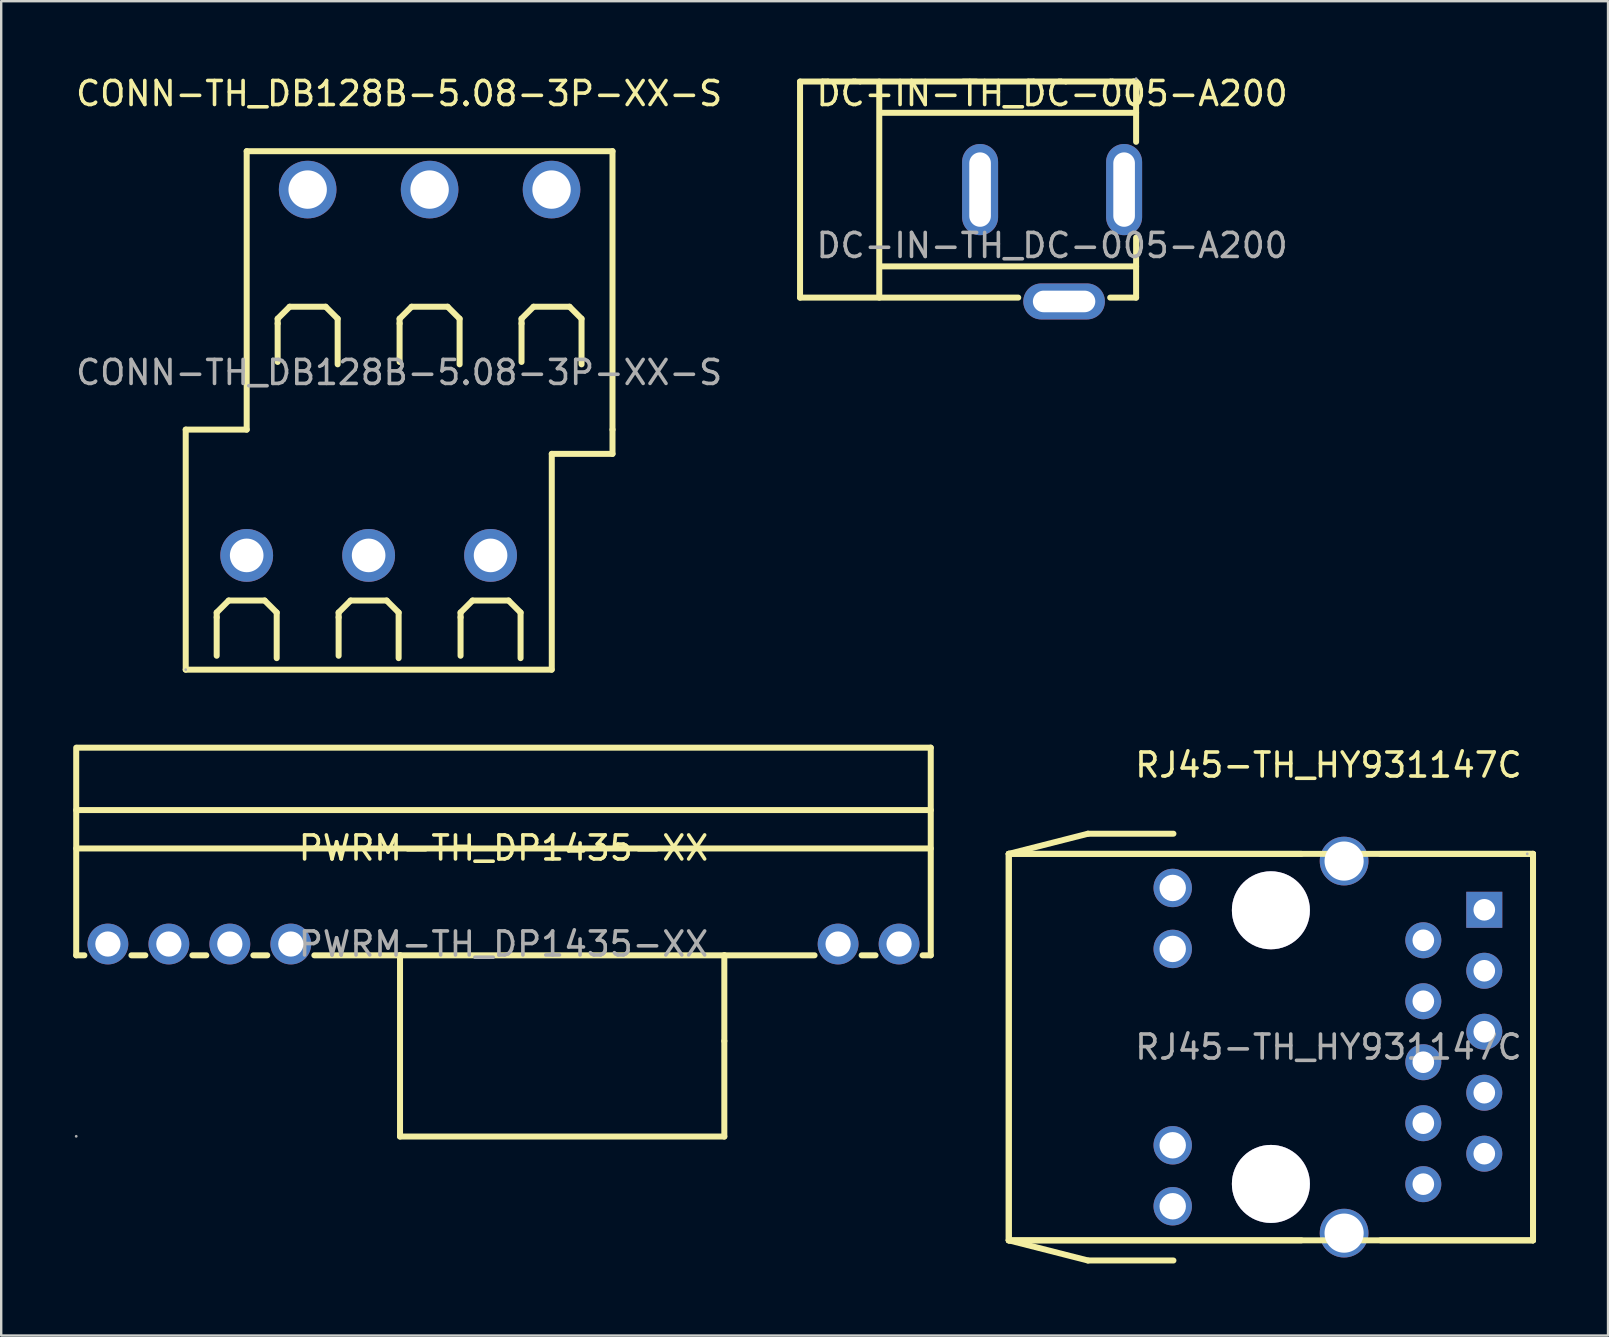
<source format=kicad_pcb>
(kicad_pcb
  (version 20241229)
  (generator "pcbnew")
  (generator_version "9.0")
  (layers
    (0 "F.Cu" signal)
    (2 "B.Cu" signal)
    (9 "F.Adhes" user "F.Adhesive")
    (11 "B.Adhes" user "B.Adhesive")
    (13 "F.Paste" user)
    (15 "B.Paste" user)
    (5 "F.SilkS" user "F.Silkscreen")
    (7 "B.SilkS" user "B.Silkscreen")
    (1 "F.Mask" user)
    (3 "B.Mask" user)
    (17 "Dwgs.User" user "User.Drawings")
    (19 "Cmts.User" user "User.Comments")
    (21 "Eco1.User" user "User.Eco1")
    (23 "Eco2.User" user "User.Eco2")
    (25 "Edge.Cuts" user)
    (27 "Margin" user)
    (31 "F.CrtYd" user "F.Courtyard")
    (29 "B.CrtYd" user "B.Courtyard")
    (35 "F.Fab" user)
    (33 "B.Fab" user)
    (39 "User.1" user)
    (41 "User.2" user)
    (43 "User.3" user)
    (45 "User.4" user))
  (footprint "PWRM-TH_DP1435-XX"
    (layer "F.Cu")
    (at 17.925 36.278)
    (property "Reference" "PWRM-TH_DP1435-XX" (at 0 -4 0) (layer "F.SilkS") (effects (font (size 1 1) (thickness 0.15))))
    (attr through_hole)
    (fp_line (start -17.8 -8.18) (end -17.8 0.47) (stroke (width 0.25) (type solid)) (layer "F.SilkS"))
    (fp_line (start -17.8 -5.58) (end 17.8 -5.58) (stroke (width 0.25) (type solid)) (layer "F.SilkS"))
    (fp_line (start -17.8 -3.98) (end 17.8 -3.98) (stroke (width 0.25) (type solid)) (layer "F.SilkS"))
    (fp_line (start -17.8 0.47) (end -17.46 0.47) (stroke (width 0.25) (type solid)) (layer "F.SilkS"))
    (fp_line (start -15.5 0.47) (end -14.92 0.47) (stroke (width 0.25) (type solid)) (layer "F.SilkS"))
    (fp_line (start -12.96 0.47) (end -12.38 0.47) (stroke (width 0.25) (type solid)) (layer "F.SilkS"))
    (fp_line (start -10.42 0.47) (end -9.84 0.47) (stroke (width 0.25) (type solid)) (layer "F.SilkS"))
    (fp_line (start -7.88 0.47) (end 12.96 0.47) (stroke (width 0.25) (type solid)) (layer "F.SilkS"))
    (fp_line (start -4.31 0.46) (end -4.31 8.02) (stroke (width 0.25) (type solid)) (layer "F.SilkS"))
    (fp_line (start -4.31 8.02) (end 9.2 8.02) (stroke (width 0.25) (type solid)) (layer "F.SilkS"))
    (fp_line (start 9.2 4.04) (end 9.2 0.46) (stroke (width 0.25) (type solid)) (layer "F.SilkS"))
    (fp_line (start 9.2 8.02) (end 9.2 4.04) (stroke (width 0.25) (type solid)) (layer "F.SilkS"))
    (fp_line (start 14.92 0.47) (end 15.5 0.47) (stroke (width 0.25) (type solid)) (layer "F.SilkS"))
    (fp_line (start 17.46 0.47) (end 17.8 0.47) (stroke (width 0.25) (type solid)) (layer "F.SilkS"))
    (fp_line (start 17.8 -8.18) (end -17.75 -8.18) (stroke (width 0.25) (type solid)) (layer "F.SilkS"))
    (fp_line (start 17.8 0.47) (end 17.8 -8.18) (stroke (width 0.25) (type solid)) (layer "F.SilkS"))
    (fp_circle (center -17.8 8.01) (end -17.77 8.01) (stroke (width 0.06) (type solid)) (fill no) (layer "F.Fab"))
    (fp_text user "${REFERENCE}" (at 0 0 0) (layer "F.Fab") (effects (font (size 1 1) (thickness 0.15))))
    (pad "1" thru_hole circle (at -16.48 0) (size 1.7 1.7) (drill 1.05) (layers "*.Cu" "*.Mask"))
    (pad "2" thru_hole circle (at -13.94 0) (size 1.7 1.7) (drill 1.05) (layers "*.Cu" "*.Mask"))
    (pad "3" thru_hole circle (at -11.4 0) (size 1.7 1.7) (drill 1.05) (layers "*.Cu" "*.Mask"))
    (pad "4" thru_hole circle (at -8.86 0) (size 1.7 1.7) (drill 1.05) (layers "*.Cu" "*.Mask"))
    (pad "5" thru_hole circle (at 13.94 0) (size 1.7 1.7) (drill 1.05) (layers "*.Cu" "*.Mask"))
    (pad "6" thru_hole circle (at 16.48 0) (size 1.7 1.7) (drill 1.05) (layers "*.Cu" "*.Mask")))
  (footprint "RJ45-TH_HY931147C"
    (layer "F.Cu")
    (at 52.295 40.572)
    (property "Reference" "RJ45-TH_HY931147C" (at 0 -11.75 0) (layer "F.SilkS") (effects (font (size 1 1) (thickness 0.15))))
    (attr through_hole)
    (fp_line (start -13.32 -8.05) (end -13.32 8.05) (stroke (width 0.25) (type solid)) (layer "F.SilkS"))
    (fp_line (start -13.32 -8.05) (end -10.02 -8.89) (stroke (width 0.25) (type solid)) (layer "F.SilkS"))
    (fp_line (start -13.32 -8.05) (end 8.52 -8.05) (stroke (width 0.25) (type solid)) (layer "F.SilkS"))
    (fp_line (start -13.32 8.05) (end -13.32 -8.05) (stroke (width 0.25) (type solid)) (layer "F.SilkS"))
    (fp_line (start -13.32 8.05) (end -1.13 8.05) (stroke (width 0.25) (type solid)) (layer "F.SilkS"))
    (fp_line (start -10.02 -8.89) (end -6.46 -8.89) (stroke (width 0.25) (type solid)) (layer "F.SilkS"))
    (fp_line (start -10.02 8.89) (end -13.32 8.05) (stroke (width 0.25) (type solid)) (layer "F.SilkS"))
    (fp_line (start -6.46 8.89) (end -10.02 8.89) (stroke (width 0.25) (type solid)) (layer "F.SilkS"))
    (fp_line (start -1.13 -8.05) (end -13.32 -8.05) (stroke (width 0.25) (type solid)) (layer "F.SilkS"))
    (fp_line (start 2.17 -8.05) (end 8.52 -8.05) (stroke (width 0.25) (type solid)) (layer "F.SilkS"))
    (fp_line (start 8.52 -8.05) (end 8.52 8.05) (stroke (width 0.25) (type solid)) (layer "F.SilkS"))
    (fp_line (start 8.52 -8.05) (end 8.52 8.05) (stroke (width 0.25) (type solid)) (layer "F.SilkS"))
    (fp_line (start 8.52 8.05) (end -13.32 8.05) (stroke (width 0.25) (type solid)) (layer "F.SilkS"))
    (fp_line (start 8.52 8.05) (end 2.17 8.05) (stroke (width 0.25) (type solid)) (layer "F.SilkS"))
    (fp_circle (center -2.4 -5.7) (end -1.65 -5.7) (stroke (width 1.5) (type solid)) (fill no) (layer "Cmts.User"))
    (fp_circle (center -2.4 5.7) (end -1.65 5.7) (stroke (width 1.5) (type solid)) (fill no) (layer "Cmts.User"))
    (fp_circle (center 8.28 -8.05) (end 8.31 -8.05) (stroke (width 0.06) (type solid)) (fill no) (layer "F.Fab"))
    (fp_text user "${REFERENCE}" (at 0 0 0) (layer "F.Fab") (effects (font (size 1 1) (thickness 0.15))))
    (pad "" thru_hole circle (at -2.4 -5.7) (size 3.25 3.25) (drill 3.25) (layers "*.Cu" "*.Mask"))
    (pad "" thru_hole circle (at -2.4 5.7) (size 3.25 3.25) (drill 3.25) (layers "*.Cu" "*.Mask"))
    (pad "1" thru_hole rect (at 6.49 -5.72) (size 1.5 1.5) (drill 0.9) (layers "*.Cu" "*.Mask"))
    (pad "2" thru_hole circle (at 3.95 -4.45) (size 1.5 1.5) (drill 0.9) (layers "*.Cu" "*.Mask"))
    (pad "3" thru_hole circle (at 6.49 -3.18) (size 1.5 1.5) (drill 0.9) (layers "*.Cu" "*.Mask"))
    (pad "4" thru_hole circle (at 3.95 -1.91) (size 1.5 1.5) (drill 0.9) (layers "*.Cu" "*.Mask"))
    (pad "5" thru_hole circle (at 6.49 -0.64) (size 1.5 1.5) (drill 0.9) (layers "*.Cu" "*.Mask"))
    (pad "6" thru_hole circle (at 3.95 0.63) (size 1.5 1.5) (drill 0.9) (layers "*.Cu" "*.Mask"))
    (pad "7" thru_hole circle (at 6.49 1.9) (size 1.5 1.5) (drill 0.9) (layers "*.Cu" "*.Mask"))
    (pad "8" thru_hole circle (at 3.95 3.17) (size 1.5 1.5) (drill 0.9) (layers "*.Cu" "*.Mask"))
    (pad "9" thru_hole circle (at 6.49 4.44) (size 1.5 1.5) (drill 0.9) (layers "*.Cu" "*.Mask"))
    (pad "10" thru_hole circle (at 3.95 5.71) (size 1.5 1.5) (drill 0.9) (layers "*.Cu" "*.Mask"))
    (pad "11" thru_hole circle (at -6.49 -6.63) (size 1.6 1.6) (drill 1.1) (layers "*.Cu" "*.Mask"))
    (pad "12" thru_hole circle (at -6.49 -4.09) (size 1.6 1.6) (drill 1.1) (layers "*.Cu" "*.Mask"))
    (pad "13" thru_hole circle (at -6.49 4.09) (size 1.6 1.6) (drill 1.1) (layers "*.Cu" "*.Mask"))
    (pad "14" thru_hole circle (at -6.49 6.63) (size 1.6 1.6) (drill 1.1) (layers "*.Cu" "*.Mask"))
    (pad "GND1" thru_hole circle (at 0.65 -7.75) (size 2.03 2.03) (drill 1.631) (layers "*.Cu" "*.Mask"))
    (pad "GND2" thru_hole circle (at 0.65 7.75) (size 2.03 2.03) (drill 1.631) (layers "*.Cu" "*.Mask")))
  (footprint "DC-IN-TH_DC-005-A200"
    (layer "F.Cu")
    (at 40.78 7.178)
    (property "Reference" "DC-IN-TH_DC-005-A200" (at 0 -6.33 0) (layer "F.SilkS") (effects (font (size 1 1) (thickness 0.15))))
    (attr through_hole)
    (fp_line (start -10.5 -6.83) (end 3.5 -6.83) (stroke (width 0.25) (type solid)) (layer "F.SilkS"))
    (fp_line (start -10.5 2.17) (end -10.5 -6.83) (stroke (width 0.25) (type solid)) (layer "F.SilkS"))
    (fp_line (start -7.2 2.17) (end -7.2 -6.83) (stroke (width 0.25) (type solid)) (layer "F.SilkS"))
    (fp_line (start -7.12 -5.53) (end 3.5 -5.53) (stroke (width 0.25) (type solid)) (layer "F.SilkS"))
    (fp_line (start -7.12 0.87) (end 3.5 0.87) (stroke (width 0.25) (type solid)) (layer "F.SilkS"))
    (fp_line (start -1.41 2.17) (end -10.5 2.17) (stroke (width 0.25) (type solid)) (layer "F.SilkS"))
    (fp_line (start 3.5 -6.83) (end 3.5 -4.32) (stroke (width 0.25) (type solid)) (layer "F.SilkS"))
    (fp_line (start 3.5 -0.33) (end 3.5 2.17) (stroke (width 0.25) (type solid)) (layer "F.SilkS"))
    (fp_line (start 3.5 2.17) (end 2.42 2.17) (stroke (width 0.25) (type solid)) (layer "F.SilkS"))
    (fp_circle (center 3.5 -6.95) (end 3.53 -6.95) (stroke (width 0.06) (type solid)) (fill no) (layer "F.Fab"))
    (fp_text user "${REFERENCE}" (at 0 0 0) (layer "F.Fab") (effects (font (size 1 1) (thickness 0.15))))
    (pad "1" thru_hole oval (at 3 -2.33) (size 1.5 3.8) (drill oval 0.9 3.1) (layers "*.Cu" "*.Mask"))
    (pad "2" thru_hole oval (at -3 -2.33 180) (size 1.5 3.8) (drill oval 0.9 3.1) (layers "*.Cu" "*.Mask"))
    (pad "MP" thru_hole oval (at 0.5 2.33 270) (size 1.5 3.4) (drill oval 0.9 2.6) (layers "*.Cu" "*.Mask")))
  (footprint "CONN-TH_DB128B-5.08-3P-XX-S"
    (layer "F.Cu")
    (at 13.577 12.468)
    (property "Reference" "CONN-TH_DB128B-5.08-3P-XX-S" (at 0 -11.62 0) (layer "F.SilkS") (effects (font (size 1 1) (thickness 0.15))))
    (attr through_hole)
    (fp_line (start -8.89 2.38) (end -6.35 2.38) (stroke (width 0.25) (type solid)) (layer "F.SilkS"))
    (fp_line (start -8.89 12.38) (end -8.89 2.38) (stroke (width 0.25) (type solid)) (layer "F.SilkS"))
    (fp_line (start -8.89 12.38) (end 6.35 12.38) (stroke (width 0.25) (type solid)) (layer "F.SilkS"))
    (fp_line (start -7.6 10) (end -7.1 9.5) (stroke (width 0.25) (type solid)) (layer "F.SilkS"))
    (fp_line (start -7.6 10.2) (end -7.6 10) (stroke (width 0.25) (type solid)) (layer "F.SilkS"))
    (fp_line (start -7.6 11.8) (end -7.6 10.2) (stroke (width 0.25) (type solid)) (layer "F.SilkS"))
    (fp_line (start -7.1 9.5) (end -5.6 9.5) (stroke (width 0.25) (type solid)) (layer "F.SilkS"))
    (fp_line (start -6.35 -9.22) (end 8.89 -9.22) (stroke (width 0.25) (type solid)) (layer "F.SilkS"))
    (fp_line (start -6.35 2.38) (end -6.35 -9.22) (stroke (width 0.25) (type solid)) (layer "F.SilkS"))
    (fp_line (start -5.6 9.5) (end -5.1 10) (stroke (width 0.25) (type solid)) (layer "F.SilkS"))
    (fp_line (start -5.1 10) (end -5.1 11.9) (stroke (width 0.25) (type solid)) (layer "F.SilkS"))
    (fp_line (start -5.06 -2.24) (end -4.56 -2.74) (stroke (width 0.25) (type solid)) (layer "F.SilkS"))
    (fp_line (start -5.06 -2.04) (end -5.06 -2.24) (stroke (width 0.25) (type solid)) (layer "F.SilkS"))
    (fp_line (start -5.06 -0.44) (end -5.06 -2.04) (stroke (width 0.25) (type solid)) (layer "F.SilkS"))
    (fp_line (start -4.56 -2.74) (end -3.06 -2.74) (stroke (width 0.25) (type solid)) (layer "F.SilkS"))
    (fp_line (start -3.06 -2.74) (end -2.56 -2.24) (stroke (width 0.25) (type solid)) (layer "F.SilkS"))
    (fp_line (start -2.56 -2.24) (end -2.56 -0.34) (stroke (width 0.25) (type solid)) (layer "F.SilkS"))
    (fp_line (start -2.52 10) (end -2.02 9.5) (stroke (width 0.25) (type solid)) (layer "F.SilkS"))
    (fp_line (start -2.52 10.2) (end -2.52 10) (stroke (width 0.25) (type solid)) (layer "F.SilkS"))
    (fp_line (start -2.52 11.8) (end -2.52 10.2) (stroke (width 0.25) (type solid)) (layer "F.SilkS"))
    (fp_line (start -2.02 9.5) (end -0.52 9.5) (stroke (width 0.25) (type solid)) (layer "F.SilkS"))
    (fp_line (start -0.52 9.5) (end -0.02 10) (stroke (width 0.25) (type solid)) (layer "F.SilkS"))
    (fp_line (start -0.02 10) (end -0.02 11.9) (stroke (width 0.25) (type solid)) (layer "F.SilkS"))
    (fp_line (start 0.02 -2.24) (end 0.52 -2.74) (stroke (width 0.25) (type solid)) (layer "F.SilkS"))
    (fp_line (start 0.02 -2.04) (end 0.02 -2.24) (stroke (width 0.25) (type solid)) (layer "F.SilkS"))
    (fp_line (start 0.02 -0.44) (end 0.02 -2.04) (stroke (width 0.25) (type solid)) (layer "F.SilkS"))
    (fp_line (start 0.52 -2.74) (end 2.02 -2.74) (stroke (width 0.25) (type solid)) (layer "F.SilkS"))
    (fp_line (start 2.02 -2.74) (end 2.52 -2.24) (stroke (width 0.25) (type solid)) (layer "F.SilkS"))
    (fp_line (start 2.52 -2.24) (end 2.52 -0.34) (stroke (width 0.25) (type solid)) (layer "F.SilkS"))
    (fp_line (start 2.56 10) (end 3.06 9.5) (stroke (width 0.25) (type solid)) (layer "F.SilkS"))
    (fp_line (start 2.56 10.2) (end 2.56 10) (stroke (width 0.25) (type solid)) (layer "F.SilkS"))
    (fp_line (start 2.56 11.8) (end 2.56 10.2) (stroke (width 0.25) (type solid)) (layer "F.SilkS"))
    (fp_line (start 3.06 9.5) (end 4.56 9.5) (stroke (width 0.25) (type solid)) (layer "F.SilkS"))
    (fp_line (start 4.56 9.5) (end 5.06 10) (stroke (width 0.25) (type solid)) (layer "F.SilkS"))
    (fp_line (start 5.06 10) (end 5.06 11.9) (stroke (width 0.25) (type solid)) (layer "F.SilkS"))
    (fp_line (start 5.1 -2.24) (end 5.6 -2.74) (stroke (width 0.25) (type solid)) (layer "F.SilkS"))
    (fp_line (start 5.1 -2.04) (end 5.1 -2.24) (stroke (width 0.25) (type solid)) (layer "F.SilkS"))
    (fp_line (start 5.1 -0.44) (end 5.1 -2.04) (stroke (width 0.25) (type solid)) (layer "F.SilkS"))
    (fp_line (start 5.6 -2.74) (end 7.1 -2.74) (stroke (width 0.25) (type solid)) (layer "F.SilkS"))
    (fp_line (start 6.36 3.39) (end 6.36 12.38) (stroke (width 0.25) (type solid)) (layer "F.SilkS"))
    (fp_line (start 7.1 -2.74) (end 7.6 -2.24) (stroke (width 0.25) (type solid)) (layer "F.SilkS"))
    (fp_line (start 7.6 -2.24) (end 7.6 -0.34) (stroke (width 0.25) (type solid)) (layer "F.SilkS"))
    (fp_line (start 8.89 -9.22) (end 8.89 2.38) (stroke (width 0.25) (type solid)) (layer "F.SilkS"))
    (fp_line (start 8.89 2.38) (end 8.89 3.39) (stroke (width 0.25) (type solid)) (layer "F.SilkS"))
    (fp_line (start 8.89 3.39) (end 6.36 3.39) (stroke (width 0.25) (type solid)) (layer "F.SilkS"))
    (fp_circle (center -8.89 12.38) (end -8.86 12.38) (stroke (width 0.06) (type solid)) (fill no) (layer "F.Fab"))
    (fp_text user "${REFERENCE}" (at 0 0 0) (layer "F.Fab") (effects (font (size 1 1) (thickness 0.15))))
    (pad "1" thru_hole circle (at -6.35 7.62) (size 2.2 2.2) (drill 1.4) (layers "*.Cu" "*.Mask"))
    (pad "2" thru_hole circle (at -1.27 7.62) (size 2.2 2.2) (drill 1.4) (layers "*.Cu" "*.Mask"))
    (pad "3" thru_hole circle (at 3.81 7.62) (size 2.2 2.2) (drill 1.4) (layers "*.Cu" "*.Mask"))
    (pad "4" thru_hole circle (at 6.35 -7.62) (size 2.4 2.4) (drill 1.6) (layers "*.Cu" "*.Mask"))
    (pad "5" thru_hole circle (at 1.27 -7.62) (size 2.4 2.4) (drill 1.6) (layers "*.Cu" "*.Mask"))
    (pad "6" thru_hole circle (at -3.81 -7.62) (size 2.4 2.4) (drill 1.6) (layers "*.Cu" "*.Mask")))
  (gr_rect
    (start -3 -3)
    (end 63.94 52.587)
    (stroke (width 0.1) (type default))
    (fill no)
    (layer "Edge.Cuts")))
</source>
